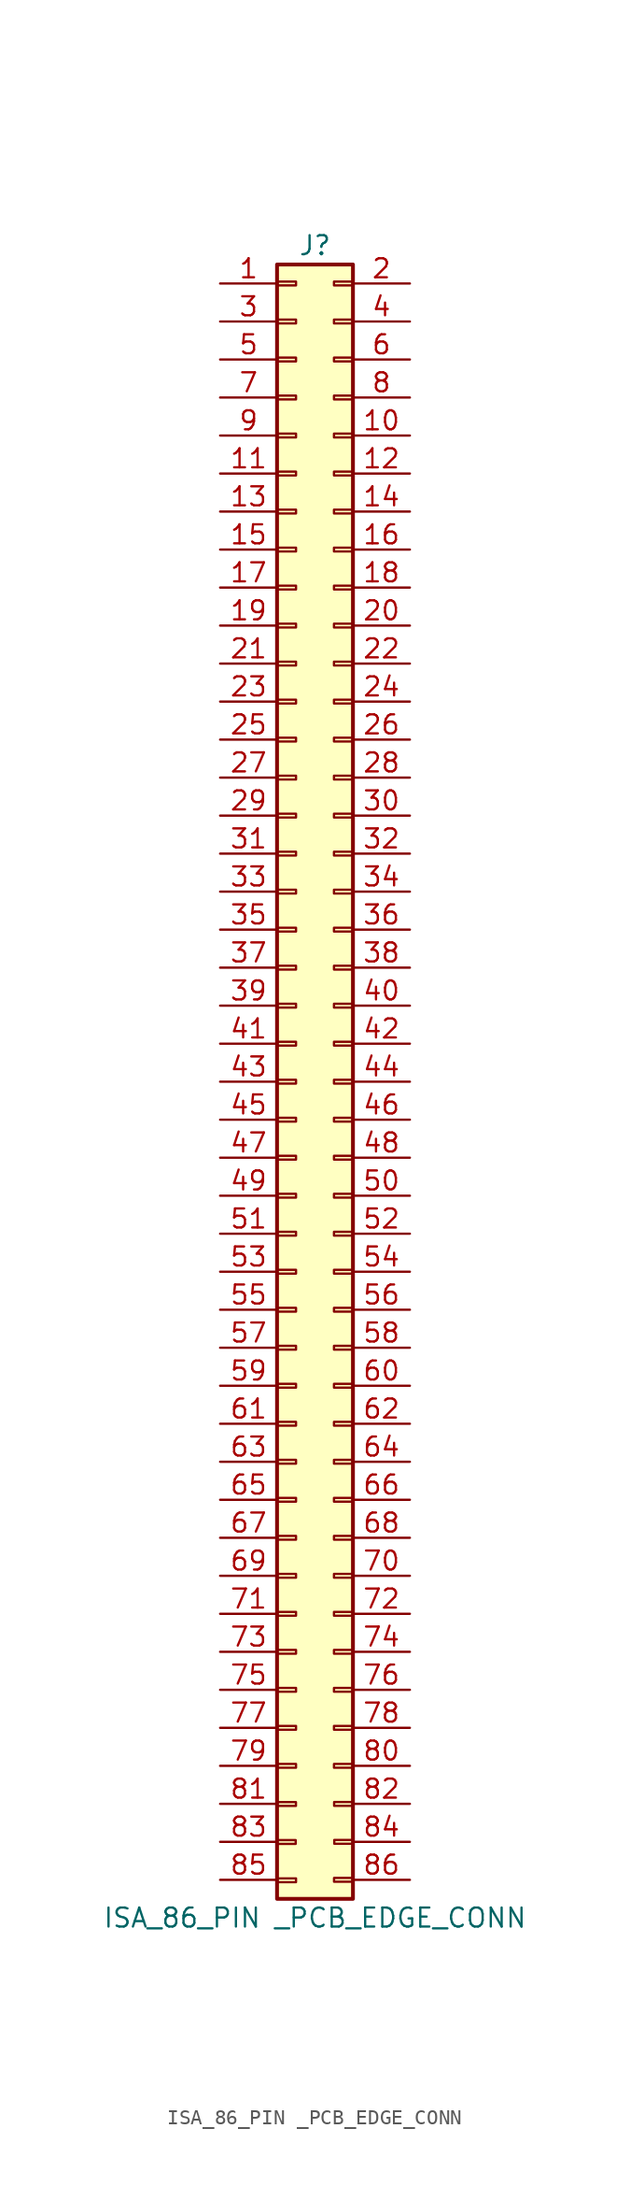
<source format=kicad_sym>
(kicad_symbol_lib
  (version 20241209)
  (generator "kicad_symbol_editor")
  (generator_version "9.0")
  (symbol "ISA_86_PIN _PCB_EDGE_CONN"
    (pin_names
      (offset 1.016)
      (hide yes))
    (property "Reference" "J"
      (at 1.27 50.8 0)
      (effects (font (size 1.27 1.27))))
    (property "Value" "ISA_86_PIN _PCB_EDGE_CONN"
      (at 1.27 -60.96 0)
      (effects (font (size 1.27 1.27))))
    (symbol "ISA_86_PIN _PCB_EDGE_CONN_1_1"
      (rectangle (start -1.292 -55.763) (end -0.022 -56.017) (stroke (width 0.152) (type default)) (fill (type none)))
      (rectangle (start -1.275 -53.224) (end -0.005 -53.478) (stroke (width 0.152) (type default)) (fill (type none)))
      (rectangle (start -1.271 -58.321) (end -0.001 -58.575) (stroke (width 0.152) (type default)) (fill (type none)))
      (rectangle (start -1.27 49.53) (end 3.81 -59.69) (stroke (width 0.254) (type default)) (fill (type background)))
      (rectangle (start -1.27 48.387) (end 0 48.133) (stroke (width 0.152) (type default)) (fill (type none)))
      (rectangle (start -1.27 45.847) (end 0 45.593) (stroke (width 0.152) (type default)) (fill (type none)))
      (rectangle (start -1.27 43.307) (end 0 43.053) (stroke (width 0.152) (type default)) (fill (type none)))
      (rectangle (start -1.27 40.767) (end 0 40.513) (stroke (width 0.152) (type default)) (fill (type none)))
      (rectangle (start -1.27 38.227) (end 0 37.973) (stroke (width 0.152) (type default)) (fill (type none)))
      (rectangle (start -1.27 35.687) (end 0 35.433) (stroke (width 0.152) (type default)) (fill (type none)))
      (rectangle (start -1.27 33.147) (end 0 32.893) (stroke (width 0.152) (type default)) (fill (type none)))
      (rectangle (start -1.27 30.607) (end 0 30.353) (stroke (width 0.152) (type default)) (fill (type none)))
      (rectangle (start -1.27 28.067) (end 0 27.813) (stroke (width 0.152) (type default)) (fill (type none)))
      (rectangle (start -1.27 25.527) (end 0 25.273) (stroke (width 0.152) (type default)) (fill (type none)))
      (rectangle (start -1.27 22.987) (end 0 22.733) (stroke (width 0.152) (type default)) (fill (type none)))
      (rectangle (start -1.27 20.447) (end 0 20.193) (stroke (width 0.152) (type default)) (fill (type none)))
      (rectangle (start -1.27 17.907) (end 0 17.653) (stroke (width 0.152) (type default)) (fill (type none)))
      (rectangle (start -1.27 15.367) (end 0 15.113) (stroke (width 0.152) (type default)) (fill (type none)))
      (rectangle (start -1.27 12.827) (end 0 12.573) (stroke (width 0.152) (type default)) (fill (type none)))
      (rectangle (start -1.27 10.287) (end 0 10.033) (stroke (width 0.152) (type default)) (fill (type none)))
      (rectangle (start -1.27 7.747) (end 0 7.493) (stroke (width 0.152) (type default)) (fill (type none)))
      (rectangle (start -1.27 5.207) (end 0 4.953) (stroke (width 0.152) (type default)) (fill (type none)))
      (rectangle (start -1.27 2.667) (end 0 2.413) (stroke (width 0.152) (type default)) (fill (type none)))
      (rectangle (start -1.27 0.127) (end 0 -0.127) (stroke (width 0.152) (type default)) (fill (type none)))
      (rectangle (start -1.27 -2.413) (end 0 -2.667) (stroke (width 0.152) (type default)) (fill (type none)))
      (rectangle (start -1.27 -4.953) (end 0 -5.207) (stroke (width 0.152) (type default)) (fill (type none)))
      (rectangle (start -1.27 -7.493) (end 0 -7.747) (stroke (width 0.152) (type default)) (fill (type none)))
      (rectangle (start -1.27 -10.033) (end 0 -10.287) (stroke (width 0.152) (type default)) (fill (type none)))
      (rectangle (start -1.27 -12.573) (end 0 -12.827) (stroke (width 0.152) (type default)) (fill (type none)))
      (rectangle (start -1.27 -15.113) (end 0 -15.367) (stroke (width 0.152) (type default)) (fill (type none)))
      (rectangle (start -1.27 -17.653) (end 0 -17.907) (stroke (width 0.152) (type default)) (fill (type none)))
      (rectangle (start -1.27 -20.193) (end 0 -20.447) (stroke (width 0.152) (type default)) (fill (type none)))
      (rectangle (start -1.27 -22.733) (end 0 -22.987) (stroke (width 0.152) (type default)) (fill (type none)))
      (rectangle (start -1.27 -25.273) (end 0 -25.527) (stroke (width 0.152) (type default)) (fill (type none)))
      (rectangle (start -1.27 -27.813) (end 0 -28.067) (stroke (width 0.152) (type default)) (fill (type none)))
      (rectangle (start -1.27 -30.353) (end 0 -30.607) (stroke (width 0.152) (type default)) (fill (type none)))
      (rectangle (start -1.27 -32.893) (end 0 -33.147) (stroke (width 0.152) (type default)) (fill (type none)))
      (rectangle (start -1.27 -35.433) (end 0 -35.687) (stroke (width 0.152) (type default)) (fill (type none)))
      (rectangle (start -1.27 -37.973) (end 0 -38.227) (stroke (width 0.152) (type default)) (fill (type none)))
      (rectangle (start -1.27 -40.513) (end 0 -40.767) (stroke (width 0.152) (type default)) (fill (type none)))
      (rectangle (start -1.27 -43.053) (end 0 -43.307) (stroke (width 0.152) (type default)) (fill (type none)))
      (rectangle (start -1.27 -45.593) (end 0 -45.847) (stroke (width 0.152) (type default)) (fill (type none)))
      (rectangle (start -1.27 -48.133) (end 0 -48.387) (stroke (width 0.152) (type default)) (fill (type none)))
      (rectangle (start -1.27 -50.673) (end 0 -50.927) (stroke (width 0.152) (type default)) (fill (type none)))
      (rectangle (start 2.544 -58.291) (end 3.814 -58.545) (stroke (width 0.152) (type default)) (fill (type none)))
      (rectangle (start 2.55 -53.219) (end 3.821 -53.473) (stroke (width 0.152) (type default)) (fill (type none)))
      (rectangle (start 2.56 -55.752) (end 3.83 -56.007) (stroke (width 0.152) (type default)) (fill (type none)))
      (rectangle (start 3.81 48.387) (end 2.54 48.133) (stroke (width 0.152) (type default)) (fill (type none)))
      (rectangle (start 3.81 45.847) (end 2.54 45.593) (stroke (width 0.152) (type default)) (fill (type none)))
      (rectangle (start 3.81 43.307) (end 2.54 43.053) (stroke (width 0.152) (type default)) (fill (type none)))
      (rectangle (start 3.81 40.767) (end 2.54 40.513) (stroke (width 0.152) (type default)) (fill (type none)))
      (rectangle (start 3.81 38.227) (end 2.54 37.973) (stroke (width 0.152) (type default)) (fill (type none)))
      (rectangle (start 3.81 35.687) (end 2.54 35.433) (stroke (width 0.152) (type default)) (fill (type none)))
      (rectangle (start 3.81 33.147) (end 2.54 32.893) (stroke (width 0.152) (type default)) (fill (type none)))
      (rectangle (start 3.81 30.607) (end 2.54 30.353) (stroke (width 0.152) (type default)) (fill (type none)))
      (rectangle (start 3.81 28.067) (end 2.54 27.813) (stroke (width 0.152) (type default)) (fill (type none)))
      (rectangle (start 3.81 25.527) (end 2.54 25.273) (stroke (width 0.152) (type default)) (fill (type none)))
      (rectangle (start 3.81 22.987) (end 2.54 22.733) (stroke (width 0.152) (type default)) (fill (type none)))
      (rectangle (start 3.81 20.447) (end 2.54 20.193) (stroke (width 0.152) (type default)) (fill (type none)))
      (rectangle (start 3.81 17.907) (end 2.54 17.653) (stroke (width 0.152) (type default)) (fill (type none)))
      (rectangle (start 3.81 15.367) (end 2.54 15.113) (stroke (width 0.152) (type default)) (fill (type none)))
      (rectangle (start 3.81 12.827) (end 2.54 12.573) (stroke (width 0.152) (type default)) (fill (type none)))
      (rectangle (start 3.81 10.287) (end 2.54 10.033) (stroke (width 0.152) (type default)) (fill (type none)))
      (rectangle (start 3.81 7.747) (end 2.54 7.493) (stroke (width 0.152) (type default)) (fill (type none)))
      (rectangle (start 3.81 5.207) (end 2.54 4.953) (stroke (width 0.152) (type default)) (fill (type none)))
      (rectangle (start 3.81 2.667) (end 2.54 2.413) (stroke (width 0.152) (type default)) (fill (type none)))
      (rectangle (start 3.81 0.127) (end 2.54 -0.127) (stroke (width 0.152) (type default)) (fill (type none)))
      (rectangle (start 3.81 -2.413) (end 2.54 -2.667) (stroke (width 0.152) (type default)) (fill (type none)))
      (rectangle (start 3.81 -4.953) (end 2.54 -5.207) (stroke (width 0.152) (type default)) (fill (type none)))
      (rectangle (start 3.81 -7.493) (end 2.54 -7.747) (stroke (width 0.152) (type default)) (fill (type none)))
      (rectangle (start 3.81 -10.033) (end 2.54 -10.287) (stroke (width 0.152) (type default)) (fill (type none)))
      (rectangle (start 3.81 -12.573) (end 2.54 -12.827) (stroke (width 0.152) (type default)) (fill (type none)))
      (rectangle (start 3.81 -15.113) (end 2.54 -15.367) (stroke (width 0.152) (type default)) (fill (type none)))
      (rectangle (start 3.81 -17.653) (end 2.54 -17.907) (stroke (width 0.152) (type default)) (fill (type none)))
      (rectangle (start 3.81 -20.193) (end 2.54 -20.447) (stroke (width 0.152) (type default)) (fill (type none)))
      (rectangle (start 3.81 -22.733) (end 2.54 -22.987) (stroke (width 0.152) (type default)) (fill (type none)))
      (rectangle (start 3.81 -25.273) (end 2.54 -25.527) (stroke (width 0.152) (type default)) (fill (type none)))
      (rectangle (start 3.81 -27.813) (end 2.54 -28.067) (stroke (width 0.152) (type default)) (fill (type none)))
      (rectangle (start 3.81 -30.353) (end 2.54 -30.607) (stroke (width 0.152) (type default)) (fill (type none)))
      (rectangle (start 3.81 -32.893) (end 2.54 -33.147) (stroke (width 0.152) (type default)) (fill (type none)))
      (rectangle (start 3.81 -35.433) (end 2.54 -35.687) (stroke (width 0.152) (type default)) (fill (type none)))
      (rectangle (start 3.81 -37.973) (end 2.54 -38.227) (stroke (width 0.152) (type default)) (fill (type none)))
      (rectangle (start 3.81 -40.513) (end 2.54 -40.767) (stroke (width 0.152) (type default)) (fill (type none)))
      (rectangle (start 3.81 -43.053) (end 2.54 -43.307) (stroke (width 0.152) (type default)) (fill (type none)))
      (rectangle (start 3.81 -45.593) (end 2.54 -45.847) (stroke (width 0.152) (type default)) (fill (type none)))
      (rectangle (start 3.81 -48.133) (end 2.54 -48.387) (stroke (width 0.152) (type default)) (fill (type none)))
      (rectangle (start 3.81 -50.673) (end 2.54 -50.927) (stroke (width 0.152) (type default)) (fill (type none)))
      (pin passive line (at -5.08 48.26 0) (length 3.81) (name "Pin_1" (effects (font (size 1.27 1.27)))) (number "1" (effects (font (size 1.27 1.27)))))
      (pin passive line (at -5.08 45.72 0) (length 3.81) (name "Pin_3" (effects (font (size 1.27 1.27)))) (number "3" (effects (font (size 1.27 1.27)))))
      (pin passive line (at -5.08 43.18 0) (length 3.81) (name "Pin_5" (effects (font (size 1.27 1.27)))) (number "5" (effects (font (size 1.27 1.27)))))
      (pin passive line (at -5.08 40.64 0) (length 3.81) (name "Pin_7" (effects (font (size 1.27 1.27)))) (number "7" (effects (font (size 1.27 1.27)))))
      (pin passive line (at -5.08 38.1 0) (length 3.81) (name "Pin_9" (effects (font (size 1.27 1.27)))) (number "9" (effects (font (size 1.27 1.27)))))
      (pin passive line (at -5.08 35.56 0) (length 3.81) (name "Pin_11" (effects (font (size 1.27 1.27)))) (number "11" (effects (font (size 1.27 1.27)))))
      (pin passive line (at -5.08 33.02 0) (length 3.81) (name "Pin_13" (effects (font (size 1.27 1.27)))) (number "13" (effects (font (size 1.27 1.27)))))
      (pin passive line (at -5.08 30.48 0) (length 3.81) (name "Pin_15" (effects (font (size 1.27 1.27)))) (number "15" (effects (font (size 1.27 1.27)))))
      (pin passive line (at -5.08 27.94 0) (length 3.81) (name "Pin_17" (effects (font (size 1.27 1.27)))) (number "17" (effects (font (size 1.27 1.27)))))
      (pin passive line (at -5.08 25.4 0) (length 3.81) (name "Pin_19" (effects (font (size 1.27 1.27)))) (number "19" (effects (font (size 1.27 1.27)))))
      (pin passive line (at -5.08 22.86 0) (length 3.81) (name "Pin_21" (effects (font (size 1.27 1.27)))) (number "21" (effects (font (size 1.27 1.27)))))
      (pin passive line (at -5.08 20.32 0) (length 3.81) (name "Pin_23" (effects (font (size 1.27 1.27)))) (number "23" (effects (font (size 1.27 1.27)))))
      (pin passive line (at -5.08 17.78 0) (length 3.81) (name "Pin_25" (effects (font (size 1.27 1.27)))) (number "25" (effects (font (size 1.27 1.27)))))
      (pin passive line (at -5.08 15.24 0) (length 3.81) (name "Pin_27" (effects (font (size 1.27 1.27)))) (number "27" (effects (font (size 1.27 1.27)))))
      (pin passive line (at -5.08 12.7 0) (length 3.81) (name "Pin_29" (effects (font (size 1.27 1.27)))) (number "29" (effects (font (size 1.27 1.27)))))
      (pin passive line (at -5.08 10.16 0) (length 3.81) (name "Pin_31" (effects (font (size 1.27 1.27)))) (number "31" (effects (font (size 1.27 1.27)))))
      (pin passive line (at -5.08 7.62 0) (length 3.81) (name "Pin_33" (effects (font (size 1.27 1.27)))) (number "33" (effects (font (size 1.27 1.27)))))
      (pin passive line (at -5.08 5.08 0) (length 3.81) (name "Pin_35" (effects (font (size 1.27 1.27)))) (number "35" (effects (font (size 1.27 1.27)))))
      (pin passive line (at -5.08 2.54 0) (length 3.81) (name "Pin_37" (effects (font (size 1.27 1.27)))) (number "37" (effects (font (size 1.27 1.27)))))
      (pin passive line (at -5.08 0 0) (length 3.81) (name "Pin_39" (effects (font (size 1.27 1.27)))) (number "39" (effects (font (size 1.27 1.27)))))
      (pin passive line (at -5.08 -2.54 0) (length 3.81) (name "Pin_41" (effects (font (size 1.27 1.27)))) (number "41" (effects (font (size 1.27 1.27)))))
      (pin passive line (at -5.08 -5.08 0) (length 3.81) (name "Pin_43" (effects (font (size 1.27 1.27)))) (number "43" (effects (font (size 1.27 1.27)))))
      (pin passive line (at -5.08 -7.62 0) (length 3.81) (name "Pin_45" (effects (font (size 1.27 1.27)))) (number "45" (effects (font (size 1.27 1.27)))))
      (pin passive line (at -5.08 -10.16 0) (length 3.81) (name "Pin_47" (effects (font (size 1.27 1.27)))) (number "47" (effects (font (size 1.27 1.27)))))
      (pin passive line (at -5.08 -12.7 0) (length 3.81) (name "Pin_49" (effects (font (size 1.27 1.27)))) (number "49" (effects (font (size 1.27 1.27)))))
      (pin passive line (at -5.08 -15.24 0) (length 3.81) (name "Pin_51" (effects (font (size 1.27 1.27)))) (number "51" (effects (font (size 1.27 1.27)))))
      (pin passive line (at -5.08 -17.78 0) (length 3.81) (name "Pin_53" (effects (font (size 1.27 1.27)))) (number "53" (effects (font (size 1.27 1.27)))))
      (pin passive line (at -5.08 -20.32 0) (length 3.81) (name "Pin_55" (effects (font (size 1.27 1.27)))) (number "55" (effects (font (size 1.27 1.27)))))
      (pin passive line (at -5.08 -22.86 0) (length 3.81) (name "Pin_57" (effects (font (size 1.27 1.27)))) (number "57" (effects (font (size 1.27 1.27)))))
      (pin passive line (at -5.08 -25.4 0) (length 3.81) (name "Pin_59" (effects (font (size 1.27 1.27)))) (number "59" (effects (font (size 1.27 1.27)))))
      (pin passive line (at -5.08 -27.94 0) (length 3.81) (name "Pin_61" (effects (font (size 1.27 1.27)))) (number "61" (effects (font (size 1.27 1.27)))))
      (pin passive line (at -5.08 -30.48 0) (length 3.81) (name "Pin_63" (effects (font (size 1.27 1.27)))) (number "63" (effects (font (size 1.27 1.27)))))
      (pin passive line (at -5.08 -33.02 0) (length 3.81) (name "Pin_65" (effects (font (size 1.27 1.27)))) (number "65" (effects (font (size 1.27 1.27)))))
      (pin passive line (at -5.08 -35.56 0) (length 3.81) (name "Pin_67" (effects (font (size 1.27 1.27)))) (number "67" (effects (font (size 1.27 1.27)))))
      (pin passive line (at -5.08 -38.1 0) (length 3.81) (name "Pin_69" (effects (font (size 1.27 1.27)))) (number "69" (effects (font (size 1.27 1.27)))))
      (pin passive line (at -5.08 -40.64 0) (length 3.81) (name "Pin_71" (effects (font (size 1.27 1.27)))) (number "71" (effects (font (size 1.27 1.27)))))
      (pin passive line (at -5.08 -43.18 0) (length 3.81) (name "Pin_73" (effects (font (size 1.27 1.27)))) (number "73" (effects (font (size 1.27 1.27)))))
      (pin passive line (at -5.08 -45.72 0) (length 3.81) (name "Pin_75" (effects (font (size 1.27 1.27)))) (number "75" (effects (font (size 1.27 1.27)))))
      (pin passive line (at -5.08 -48.26 0) (length 3.81) (name "Pin_77" (effects (font (size 1.27 1.27)))) (number "77" (effects (font (size 1.27 1.27)))))
      (pin passive line (at -5.08 -50.8 0) (length 3.81) (name "Pin_79" (effects (font (size 1.27 1.27)))) (number "79" (effects (font (size 1.27 1.27)))))
      (pin passive line (at -5.08 -53.34 0) (length 3.81) (name "Pin_79" (effects (font (size 1.27 1.27)))) (number "81" (effects (font (size 1.27 1.27)))))
      (pin passive line (at -5.08 -55.88 0) (length 3.81) (name "Pin_79" (effects (font (size 1.27 1.27)))) (number "83" (effects (font (size 1.27 1.27)))))
      (pin passive line (at -5.08 -58.42 0) (length 3.81) (name "Pin_79" (effects (font (size 1.27 1.27)))) (number "85" (effects (font (size 1.27 1.27)))))
      (pin passive line (at 7.62 48.26 180) (length 3.81) (name "Pin_2" (effects (font (size 1.27 1.27)))) (number "2" (effects (font (size 1.27 1.27)))))
      (pin passive line (at 7.62 45.72 180) (length 3.81) (name "Pin_4" (effects (font (size 1.27 1.27)))) (number "4" (effects (font (size 1.27 1.27)))))
      (pin passive line (at 7.62 43.18 180) (length 3.81) (name "Pin_6" (effects (font (size 1.27 1.27)))) (number "6" (effects (font (size 1.27 1.27)))))
      (pin passive line (at 7.62 40.64 180) (length 3.81) (name "Pin_8" (effects (font (size 1.27 1.27)))) (number "8" (effects (font (size 1.27 1.27)))))
      (pin passive line (at 7.62 38.1 180) (length 3.81) (name "Pin_10" (effects (font (size 1.27 1.27)))) (number "10" (effects (font (size 1.27 1.27)))))
      (pin passive line (at 7.62 35.56 180) (length 3.81) (name "Pin_12" (effects (font (size 1.27 1.27)))) (number "12" (effects (font (size 1.27 1.27)))))
      (pin passive line (at 7.62 33.02 180) (length 3.81) (name "Pin_14" (effects (font (size 1.27 1.27)))) (number "14" (effects (font (size 1.27 1.27)))))
      (pin passive line (at 7.62 30.48 180) (length 3.81) (name "Pin_16" (effects (font (size 1.27 1.27)))) (number "16" (effects (font (size 1.27 1.27)))))
      (pin passive line (at 7.62 27.94 180) (length 3.81) (name "Pin_18" (effects (font (size 1.27 1.27)))) (number "18" (effects (font (size 1.27 1.27)))))
      (pin passive line (at 7.62 25.4 180) (length 3.81) (name "Pin_20" (effects (font (size 1.27 1.27)))) (number "20" (effects (font (size 1.27 1.27)))))
      (pin passive line (at 7.62 22.86 180) (length 3.81) (name "Pin_22" (effects (font (size 1.27 1.27)))) (number "22" (effects (font (size 1.27 1.27)))))
      (pin passive line (at 7.62 20.32 180) (length 3.81) (name "Pin_24" (effects (font (size 1.27 1.27)))) (number "24" (effects (font (size 1.27 1.27)))))
      (pin passive line (at 7.62 17.78 180) (length 3.81) (name "Pin_26" (effects (font (size 1.27 1.27)))) (number "26" (effects (font (size 1.27 1.27)))))
      (pin passive line (at 7.62 15.24 180) (length 3.81) (name "Pin_28" (effects (font (size 1.27 1.27)))) (number "28" (effects (font (size 1.27 1.27)))))
      (pin passive line (at 7.62 12.7 180) (length 3.81) (name "Pin_30" (effects (font (size 1.27 1.27)))) (number "30" (effects (font (size 1.27 1.27)))))
      (pin passive line (at 7.62 10.16 180) (length 3.81) (name "Pin_32" (effects (font (size 1.27 1.27)))) (number "32" (effects (font (size 1.27 1.27)))))
      (pin passive line (at 7.62 7.62 180) (length 3.81) (name "Pin_34" (effects (font (size 1.27 1.27)))) (number "34" (effects (font (size 1.27 1.27)))))
      (pin passive line (at 7.62 5.08 180) (length 3.81) (name "Pin_36" (effects (font (size 1.27 1.27)))) (number "36" (effects (font (size 1.27 1.27)))))
      (pin passive line (at 7.62 2.54 180) (length 3.81) (name "Pin_38" (effects (font (size 1.27 1.27)))) (number "38" (effects (font (size 1.27 1.27)))))
      (pin passive line (at 7.62 0 180) (length 3.81) (name "Pin_40" (effects (font (size 1.27 1.27)))) (number "40" (effects (font (size 1.27 1.27)))))
      (pin passive line (at 7.62 -2.54 180) (length 3.81) (name "Pin_42" (effects (font (size 1.27 1.27)))) (number "42" (effects (font (size 1.27 1.27)))))
      (pin passive line (at 7.62 -5.08 180) (length 3.81) (name "Pin_44" (effects (font (size 1.27 1.27)))) (number "44" (effects (font (size 1.27 1.27)))))
      (pin passive line (at 7.62 -7.62 180) (length 3.81) (name "Pin_46" (effects (font (size 1.27 1.27)))) (number "46" (effects (font (size 1.27 1.27)))))
      (pin passive line (at 7.62 -10.16 180) (length 3.81) (name "Pin_48" (effects (font (size 1.27 1.27)))) (number "48" (effects (font (size 1.27 1.27)))))
      (pin passive line (at 7.62 -12.7 180) (length 3.81) (name "Pin_50" (effects (font (size 1.27 1.27)))) (number "50" (effects (font (size 1.27 1.27)))))
      (pin passive line (at 7.62 -15.24 180) (length 3.81) (name "Pin_52" (effects (font (size 1.27 1.27)))) (number "52" (effects (font (size 1.27 1.27)))))
      (pin passive line (at 7.62 -17.78 180) (length 3.81) (name "Pin_54" (effects (font (size 1.27 1.27)))) (number "54" (effects (font (size 1.27 1.27)))))
      (pin passive line (at 7.62 -20.32 180) (length 3.81) (name "Pin_56" (effects (font (size 1.27 1.27)))) (number "56" (effects (font (size 1.27 1.27)))))
      (pin passive line (at 7.62 -22.86 180) (length 3.81) (name "Pin_58" (effects (font (size 1.27 1.27)))) (number "58" (effects (font (size 1.27 1.27)))))
      (pin passive line (at 7.62 -25.4 180) (length 3.81) (name "Pin_60" (effects (font (size 1.27 1.27)))) (number "60" (effects (font (size 1.27 1.27)))))
      (pin passive line (at 7.62 -27.94 180) (length 3.81) (name "Pin_62" (effects (font (size 1.27 1.27)))) (number "62" (effects (font (size 1.27 1.27)))))
      (pin passive line (at 7.62 -30.48 180) (length 3.81) (name "Pin_64" (effects (font (size 1.27 1.27)))) (number "64" (effects (font (size 1.27 1.27)))))
      (pin passive line (at 7.62 -33.02 180) (length 3.81) (name "Pin_66" (effects (font (size 1.27 1.27)))) (number "66" (effects (font (size 1.27 1.27)))))
      (pin passive line (at 7.62 -35.56 180) (length 3.81) (name "Pin_68" (effects (font (size 1.27 1.27)))) (number "68" (effects (font (size 1.27 1.27)))))
      (pin passive line (at 7.62 -38.1 180) (length 3.81) (name "Pin_70" (effects (font (size 1.27 1.27)))) (number "70" (effects (font (size 1.27 1.27)))))
      (pin passive line (at 7.62 -40.64 180) (length 3.81) (name "Pin_72" (effects (font (size 1.27 1.27)))) (number "72" (effects (font (size 1.27 1.27)))))
      (pin passive line (at 7.62 -43.18 180) (length 3.81) (name "Pin_74" (effects (font (size 1.27 1.27)))) (number "74" (effects (font (size 1.27 1.27)))))
      (pin passive line (at 7.62 -45.72 180) (length 3.81) (name "Pin_76" (effects (font (size 1.27 1.27)))) (number "76" (effects (font (size 1.27 1.27)))))
      (pin passive line (at 7.62 -48.26 180) (length 3.81) (name "Pin_78" (effects (font (size 1.27 1.27)))) (number "78" (effects (font (size 1.27 1.27)))))
      (pin passive line (at 7.62 -50.8 180) (length 3.81) (name "Pin_80" (effects (font (size 1.27 1.27)))) (number "80" (effects (font (size 1.27 1.27)))))
      (pin passive line (at 7.62 -53.34 180) (length 3.81) (name "Pin_79" (effects (font (size 1.27 1.27)))) (number "82" (effects (font (size 1.27 1.27)))))
      (pin passive line (at 7.62 -55.88 180) (length 3.81) (name "Pin_79" (effects (font (size 1.27 1.27)))) (number "84" (effects (font (size 1.27 1.27)))))
      (pin passive line (at 7.62 -58.42 180) (length 3.81) (name "Pin_79" (effects (font (size 1.27 1.27)))) (number "86" (effects (font (size 1.27 1.27))))))))
</source>
